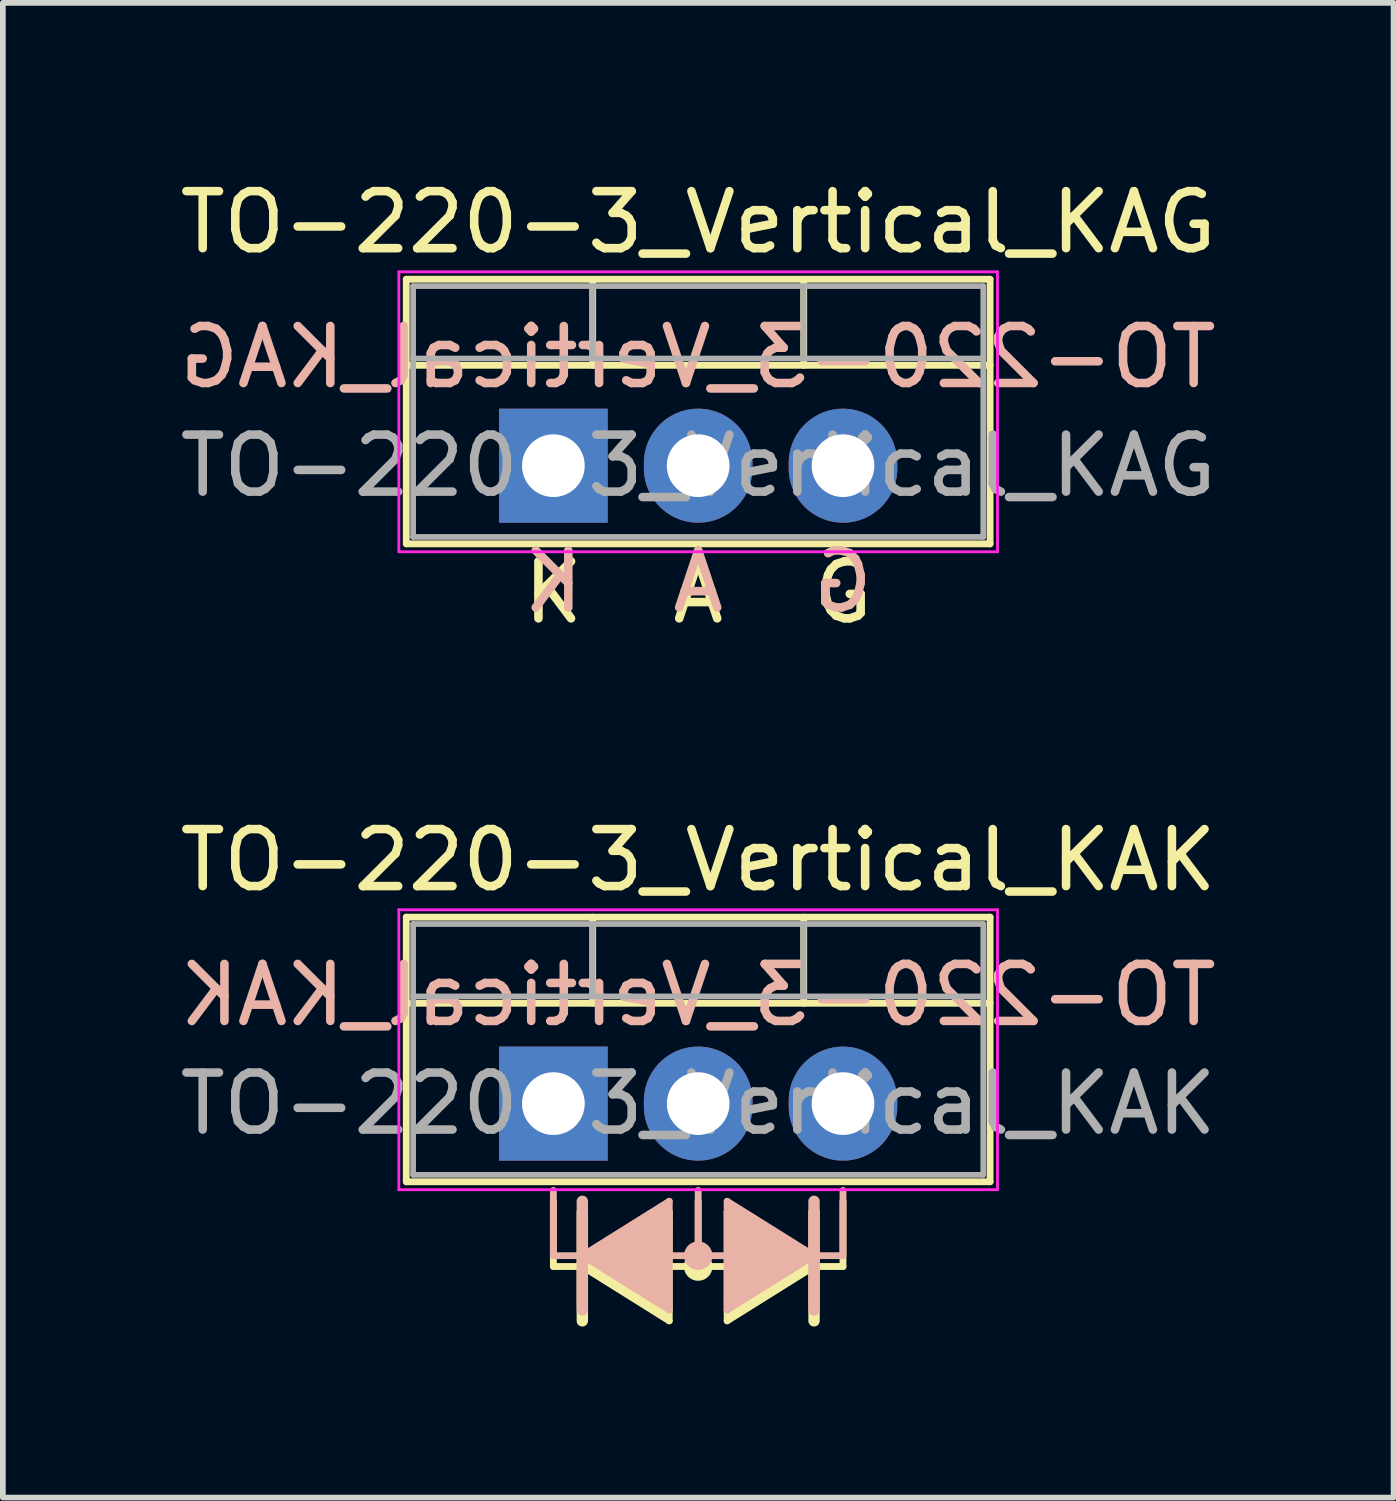
<source format=kicad_pcb>
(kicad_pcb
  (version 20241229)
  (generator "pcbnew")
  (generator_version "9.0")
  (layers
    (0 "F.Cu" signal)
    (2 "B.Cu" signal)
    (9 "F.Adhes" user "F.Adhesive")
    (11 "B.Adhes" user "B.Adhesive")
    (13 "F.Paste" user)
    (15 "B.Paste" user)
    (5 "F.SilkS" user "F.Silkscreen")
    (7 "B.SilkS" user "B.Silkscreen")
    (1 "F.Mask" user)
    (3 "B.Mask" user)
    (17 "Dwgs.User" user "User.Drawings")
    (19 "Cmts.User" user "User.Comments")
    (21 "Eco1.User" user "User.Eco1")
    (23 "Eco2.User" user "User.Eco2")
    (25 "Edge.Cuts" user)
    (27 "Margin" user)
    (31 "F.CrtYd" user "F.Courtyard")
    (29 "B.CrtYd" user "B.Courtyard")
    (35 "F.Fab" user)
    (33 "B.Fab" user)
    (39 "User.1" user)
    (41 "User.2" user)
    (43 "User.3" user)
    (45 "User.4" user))
  (footprint "TO-220-3_Vertical_KAG"
    (layer "F.Cu")
    (at 6.656 5.118)
    (property "Reference" "TO-220-3_Vertical_KAG" (at 2.54 -4.27 0) (layer "F.SilkS") (effects (font (size 1 1) (thickness 0.15))))
    (fp_line (start -2.58 -3.27) (end -2.58 1.371) (stroke (width 0.12) (type solid)) (layer "F.SilkS"))
    (fp_line (start -2.58 -3.27) (end 7.66 -3.27) (stroke (width 0.12) (type solid)) (layer "F.SilkS"))
    (fp_line (start -2.58 -1.76) (end 7.66 -1.76) (stroke (width 0.12) (type solid)) (layer "F.SilkS"))
    (fp_line (start -2.58 1.371) (end 7.66 1.371) (stroke (width 0.12) (type solid)) (layer "F.SilkS"))
    (fp_line (start 0.69 -3.27) (end 0.69 -1.76) (stroke (width 0.12) (type solid)) (layer "F.SilkS"))
    (fp_line (start 4.391 -3.27) (end 4.391 -1.76) (stroke (width 0.12) (type solid)) (layer "F.SilkS"))
    (fp_line (start 7.66 -3.27) (end 7.66 1.371) (stroke (width 0.12) (type solid)) (layer "F.SilkS"))
    (fp_line (start -2.71 -3.4) (end -2.71 1.51) (stroke (width 0.05) (type solid)) (layer "F.CrtYd"))
    (fp_line (start -2.71 1.51) (end 7.79 1.51) (stroke (width 0.05) (type solid)) (layer "F.CrtYd"))
    (fp_line (start 7.79 -3.4) (end -2.71 -3.4) (stroke (width 0.05) (type solid)) (layer "F.CrtYd"))
    (fp_line (start 7.79 1.51) (end 7.79 -3.4) (stroke (width 0.05) (type solid)) (layer "F.CrtYd"))
    (fp_line (start -2.46 -3.15) (end -2.46 1.25) (stroke (width 0.1) (type solid)) (layer "F.Fab"))
    (fp_line (start -2.46 -1.88) (end 7.54 -1.88) (stroke (width 0.1) (type solid)) (layer "F.Fab"))
    (fp_line (start -2.46 1.25) (end 7.54 1.25) (stroke (width 0.1) (type solid)) (layer "F.Fab"))
    (fp_line (start 0.69 -3.15) (end 0.69 -1.88) (stroke (width 0.1) (type solid)) (layer "F.Fab"))
    (fp_line (start 4.39 -3.15) (end 4.39 -1.88) (stroke (width 0.1) (type solid)) (layer "F.Fab"))
    (fp_line (start 7.54 -3.15) (end -2.46 -3.15) (stroke (width 0.1) (type solid)) (layer "F.Fab"))
    (fp_line (start 7.54 1.25) (end 7.54 -3.15) (stroke (width 0.1) (type solid)) (layer "F.Fab"))
    (fp_text user "A" (at 2.54 2.223 0) (unlocked yes) (layer "F.SilkS") (effects (font (size 1 1) (thickness 0.15))))
    (fp_text user "K" (at 0 2.223 0) (unlocked yes) (layer "F.SilkS") (effects (font (size 1 1) (thickness 0.15))))
    (fp_text user "G" (at 5.08 2.223 0) (unlocked yes) (layer "F.SilkS") (effects (font (size 1 1) (thickness 0.15))))
    (fp_text user "G" (at 5.08 2.032 0) (unlocked yes) (layer "B.SilkS") (effects (font (size 1 1) (thickness 0.15)) (justify mirror)))
    (fp_text user "${REFERENCE}" (at 2.54 -1.905 0) (layer "B.SilkS") (effects (font (size 1 1) (thickness 0.15)) (justify mirror)))
    (fp_text user "K" (at 0 2.032 0) (unlocked yes) (layer "B.SilkS") (effects (font (size 1 1) (thickness 0.15)) (justify mirror)))
    (fp_text user "A" (at 2.54 2.032 0) (unlocked yes) (layer "B.SilkS") (effects (font (size 1 1) (thickness 0.15)) (justify mirror)))
    (fp_text user "${REFERENCE}" (at 2.54 0 0) (layer "F.Fab") (effects (font (size 1 1) (thickness 0.15))))
    (pad "1" thru_hole rect (at 0 0) (size 1.905 2) (drill 1.1) (layers "*.Cu" "*.Mask"))
    (pad "2" thru_hole oval (at 2.54 0) (size 1.905 2) (drill 1.1) (layers "*.Cu" "*.Mask"))
    (pad "3" thru_hole oval (at 5.08 0) (size 1.905 2) (drill 1.1) (layers "*.Cu" "*.Mask")))
  (footprint "TO-220-3_Vertical_KAK"
    (layer "F.Cu")
    (at 6.656 16.307)
    (property "Reference" "TO-220-3_Vertical_KAK" (at 2.54 -4.27 0) (layer "F.SilkS") (effects (font (size 1 1) (thickness 0.15))))
    (fp_line (start -2.58 -3.27) (end -2.58 1.371) (stroke (width 0.12) (type solid)) (layer "F.SilkS"))
    (fp_line (start -2.58 -3.27) (end 7.66 -3.27) (stroke (width 0.12) (type solid)) (layer "F.SilkS"))
    (fp_line (start -2.58 -1.76) (end 7.66 -1.76) (stroke (width 0.12) (type solid)) (layer "F.SilkS"))
    (fp_line (start -2.58 1.371) (end 7.66 1.371) (stroke (width 0.12) (type solid)) (layer "F.SilkS"))
    (fp_line (start 0 1.714) (end 0 2.857) (stroke (width 0.12) (type solid)) (layer "F.SilkS"))
    (fp_line (start 0 2.857) (end 0.508 2.857) (stroke (width 0.12) (type solid)) (layer "F.SilkS"))
    (fp_line (start 0.508 1.905) (end 0.508 3.81) (stroke (width 0.2) (type solid)) (layer "F.SilkS"))
    (fp_line (start 0.508 2.857) (end 2.032 1.905) (stroke (width 0.12) (type solid)) (layer "F.SilkS"))
    (fp_line (start 0.508 2.857) (end 2.032 3.81) (stroke (width 0.12) (type solid)) (layer "F.SilkS"))
    (fp_line (start 0.69 -3.27) (end 0.69 -1.76) (stroke (width 0.12) (type solid)) (layer "F.SilkS"))
    (fp_line (start 2.032 2.095) (end 2.032 1.905) (stroke (width 0.12) (type solid)) (layer "F.SilkS"))
    (fp_line (start 2.032 3.619) (end 2.032 2.095) (stroke (width 0.12) (type solid)) (layer "F.SilkS"))
    (fp_line (start 2.032 3.619) (end 2.032 3.81) (stroke (width 0.12) (type solid)) (layer "F.SilkS"))
    (fp_line (start 2.54 1.714) (end 2.54 2.857) (stroke (width 0.12) (type solid)) (layer "F.SilkS"))
    (fp_line (start 2.54 2.857) (end 2.032 2.857) (stroke (width 0.12) (type solid)) (layer "F.SilkS"))
    (fp_line (start 2.54 2.857) (end 3.048 2.857) (stroke (width 0.12) (type solid)) (layer "F.SilkS"))
    (fp_line (start 3.048 1.905) (end 3.048 3.81) (stroke (width 0.12) (type solid)) (layer "F.SilkS"))
    (fp_line (start 3.048 3.81) (end 4.572 2.857) (stroke (width 0.12) (type solid)) (layer "F.SilkS"))
    (fp_line (start 4.391 -3.27) (end 4.391 -1.76) (stroke (width 0.12) (type solid)) (layer "F.SilkS"))
    (fp_line (start 4.572 2.857) (end 3.048 1.905) (stroke (width 0.12) (type solid)) (layer "F.SilkS"))
    (fp_line (start 4.572 3.81) (end 4.572 1.905) (stroke (width 0.2) (type solid)) (layer "F.SilkS"))
    (fp_line (start 5.08 1.714) (end 5.08 2.857) (stroke (width 0.12) (type solid)) (layer "F.SilkS"))
    (fp_line (start 5.08 2.857) (end 4.572 2.857) (stroke (width 0.12) (type solid)) (layer "F.SilkS"))
    (fp_line (start 7.66 -3.27) (end 7.66 1.371) (stroke (width 0.12) (type solid)) (layer "F.SilkS"))
    (fp_circle (center 2.54 2.857) (end 2.54 2.921) (stroke (width 0.12) (type solid)) (fill no) (layer "F.SilkS"))
    (fp_circle (center 2.54 2.857) (end 2.54 2.985) (stroke (width 0.12) (type solid)) (fill no) (layer "F.SilkS"))
    (fp_circle (center 2.54 2.857) (end 2.54 3.048) (stroke (width 0.12) (type solid)) (fill no) (layer "F.SilkS"))
    (fp_poly (pts (xy 0.508 2.857) (xy 2.032 1.905) (xy 2.032 3.81)) (stroke (width 0.1) (type solid)) (fill yes) (layer "F.SilkS"))
    (fp_poly (pts (xy 3.048 1.905) (xy 4.572 2.857) (xy 3.048 3.81)) (stroke (width 0.1) (type solid)) (fill yes) (layer "F.SilkS"))
    (fp_line (start 0 1.524) (end 0 2.667) (stroke (width 0.12) (type solid)) (layer "B.SilkS"))
    (fp_line (start 0 2.667) (end 0.508 2.667) (stroke (width 0.12) (type solid)) (layer "B.SilkS"))
    (fp_line (start 0.508 2.667) (end 2.032 1.714) (stroke (width 0.12) (type solid)) (layer "B.SilkS"))
    (fp_line (start 0.508 3.619) (end 0.508 1.714) (stroke (width 0.2) (type solid)) (layer "B.SilkS"))
    (fp_line (start 2.032 1.714) (end 2.032 3.619) (stroke (width 0.12) (type solid)) (layer "B.SilkS"))
    (fp_line (start 2.032 3.619) (end 0.508 2.667) (stroke (width 0.12) (type solid)) (layer "B.SilkS"))
    (fp_line (start 2.54 1.524) (end 2.54 2.667) (stroke (width 0.12) (type solid)) (layer "B.SilkS"))
    (fp_line (start 2.54 2.667) (end 2.032 2.667) (stroke (width 0.12) (type solid)) (layer "B.SilkS"))
    (fp_line (start 2.54 2.667) (end 3.048 2.667) (stroke (width 0.12) (type solid)) (layer "B.SilkS"))
    (fp_line (start 3.048 1.905) (end 3.048 1.714) (stroke (width 0.12) (type solid)) (layer "B.SilkS"))
    (fp_line (start 3.048 3.429) (end 3.048 1.905) (stroke (width 0.12) (type solid)) (layer "B.SilkS"))
    (fp_line (start 3.048 3.429) (end 3.048 3.619) (stroke (width 0.12) (type solid)) (layer "B.SilkS"))
    (fp_line (start 4.572 1.714) (end 4.572 3.619) (stroke (width 0.2) (type solid)) (layer "B.SilkS"))
    (fp_line (start 4.572 2.667) (end 3.048 1.714) (stroke (width 0.12) (type solid)) (layer "B.SilkS"))
    (fp_line (start 4.572 2.667) (end 3.048 3.619) (stroke (width 0.12) (type solid)) (layer "B.SilkS"))
    (fp_line (start 5.08 1.524) (end 5.08 2.667) (stroke (width 0.12) (type solid)) (layer "B.SilkS"))
    (fp_line (start 5.08 2.667) (end 4.572 2.667) (stroke (width 0.12) (type solid)) (layer "B.SilkS"))
    (fp_circle (center 2.54 2.667) (end 2.54 2.731) (stroke (width 0.12) (type solid)) (fill no) (layer "B.SilkS"))
    (fp_circle (center 2.54 2.667) (end 2.54 2.794) (stroke (width 0.12) (type solid)) (fill no) (layer "B.SilkS"))
    (fp_circle (center 2.54 2.667) (end 2.54 2.857) (stroke (width 0.12) (type solid)) (fill no) (layer "B.SilkS"))
    (fp_poly (pts (xy 2.032 1.714) (xy 0.508 2.667) (xy 2.032 3.619)) (stroke (width 0.1) (type solid)) (fill yes) (layer "B.SilkS"))
    (fp_poly (pts (xy 4.572 2.667) (xy 3.048 1.714) (xy 3.048 3.619)) (stroke (width 0.1) (type solid)) (fill yes) (layer "B.SilkS"))
    (fp_line (start -2.71 -3.4) (end -2.71 1.51) (stroke (width 0.05) (type solid)) (layer "F.CrtYd"))
    (fp_line (start -2.71 1.51) (end 7.79 1.51) (stroke (width 0.05) (type solid)) (layer "F.CrtYd"))
    (fp_line (start 7.79 -3.4) (end -2.71 -3.4) (stroke (width 0.05) (type solid)) (layer "F.CrtYd"))
    (fp_line (start 7.79 1.51) (end 7.79 -3.4) (stroke (width 0.05) (type solid)) (layer "F.CrtYd"))
    (fp_line (start -2.46 -3.15) (end -2.46 1.25) (stroke (width 0.1) (type solid)) (layer "F.Fab"))
    (fp_line (start -2.46 -1.88) (end 7.54 -1.88) (stroke (width 0.1) (type solid)) (layer "F.Fab"))
    (fp_line (start -2.46 1.25) (end 7.54 1.25) (stroke (width 0.1) (type solid)) (layer "F.Fab"))
    (fp_line (start 0.69 -3.15) (end 0.69 -1.88) (stroke (width 0.1) (type solid)) (layer "F.Fab"))
    (fp_line (start 4.39 -3.15) (end 4.39 -1.88) (stroke (width 0.1) (type solid)) (layer "F.Fab"))
    (fp_line (start 7.54 -3.15) (end -2.46 -3.15) (stroke (width 0.1) (type solid)) (layer "F.Fab"))
    (fp_line (start 7.54 1.25) (end 7.54 -3.15) (stroke (width 0.1) (type solid)) (layer "F.Fab"))
    (fp_text user "${REFERENCE}" (at 2.54 -1.905 0) (layer "B.SilkS") (effects (font (size 1 1) (thickness 0.15)) (justify mirror)))
    (fp_text user "${REFERENCE}" (at 2.54 0 0) (layer "F.Fab") (effects (font (size 1 1) (thickness 0.15))))
    (pad "1" thru_hole rect (at 0 0) (size 1.905 2) (drill 1.1) (layers "*.Cu" "*.Mask"))
    (pad "2" thru_hole oval (at 2.54 0) (size 1.905 2) (drill 1.1) (layers "*.Cu" "*.Mask"))
    (pad "3" thru_hole oval (at 5.08 0) (size 1.905 2) (drill 1.1) (layers "*.Cu" "*.Mask")))
  (gr_rect
    (start -3 -3)
    (end 21.393 23.217)
    (stroke (width 0.1) (type default))
    (fill no)
    (layer "Edge.Cuts")))
</source>
